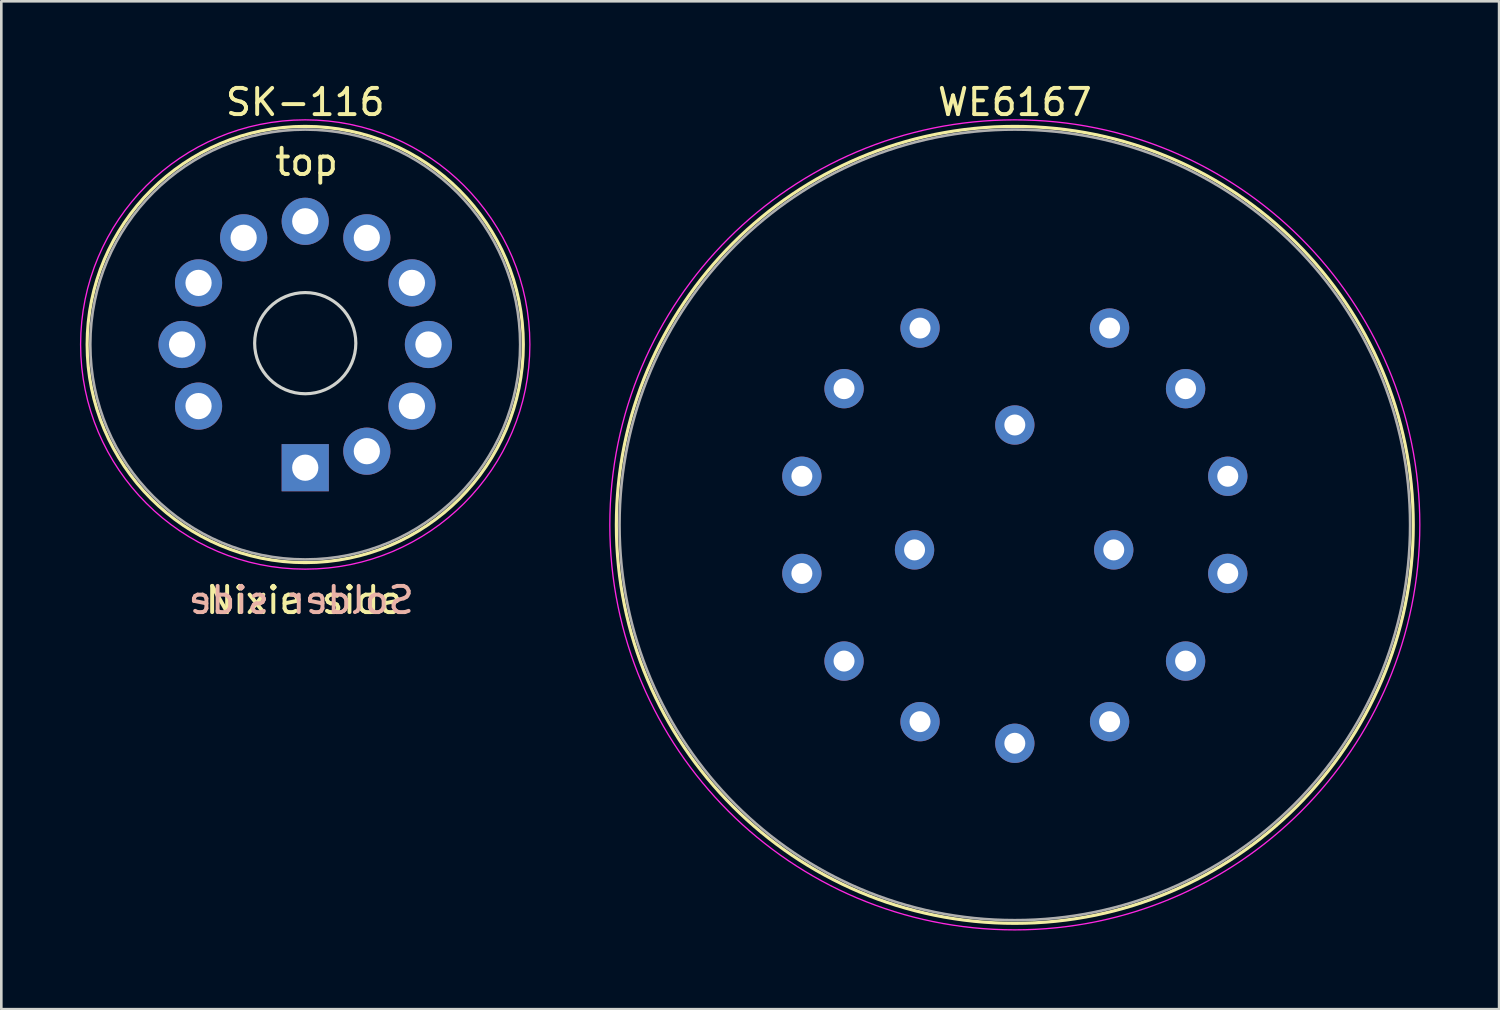
<source format=kicad_pcb>
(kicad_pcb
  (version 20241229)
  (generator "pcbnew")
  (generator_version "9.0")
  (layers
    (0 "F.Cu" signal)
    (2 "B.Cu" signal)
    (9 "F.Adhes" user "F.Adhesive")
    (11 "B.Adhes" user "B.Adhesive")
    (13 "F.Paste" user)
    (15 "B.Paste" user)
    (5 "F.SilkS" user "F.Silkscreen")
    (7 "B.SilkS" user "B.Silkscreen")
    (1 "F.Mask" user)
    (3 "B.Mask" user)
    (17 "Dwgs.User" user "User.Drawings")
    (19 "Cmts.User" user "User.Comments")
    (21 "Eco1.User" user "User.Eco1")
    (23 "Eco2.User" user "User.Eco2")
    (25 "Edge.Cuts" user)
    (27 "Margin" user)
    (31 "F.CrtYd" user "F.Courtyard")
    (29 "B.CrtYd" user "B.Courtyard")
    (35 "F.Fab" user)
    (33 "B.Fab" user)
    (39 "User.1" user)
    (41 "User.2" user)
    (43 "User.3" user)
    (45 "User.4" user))
  (footprint "WE6167"
    (layer "F.Cu")
    (at 35.666 16.974)
    (property "Reference" "WE6167" (at 0 -16.126 0) (layer "F.SilkS") (effects (font (size 1 1) (thickness 0.15))))
    (attr through_hole)
    (fp_circle (center 0 0) (end 0 15.201) (stroke (width 0.12) (type solid)) (fill no) (layer "F.SilkS"))
    (fp_circle (center 0 0) (end 0 15.451) (stroke (width 0.05) (type solid)) (fill no) (layer "F.CrtYd"))
    (fp_circle (center 0 0) (end 0 15.081) (stroke (width 0.1) (type solid)) (fill no) (layer "F.Fab"))
    (pad "1" thru_hole oval (at 3.616 -7.508) (size 1.5 1.5) (drill 0.8) (layers "*.Cu" "*.Mask"))
    (pad "2" thru_hole oval (at 6.515 -5.196) (size 1.5 1.5) (drill 0.8) (layers "*.Cu" "*.Mask"))
    (pad "3" thru_hole oval (at 8.124 -1.854) (size 1.5 1.5) (drill 0.8) (layers "*.Cu" "*.Mask"))
    (pad "4" thru_hole oval (at 8.124 1.854) (size 1.5 1.5) (drill 0.8) (layers "*.Cu" "*.Mask"))
    (pad "5" thru_hole oval (at 6.515 5.196) (size 1.5 1.5) (drill 0.8) (layers "*.Cu" "*.Mask"))
    (pad "6" thru_hole oval (at 3.616 7.508) (size 1.5 1.5) (drill 0.8) (layers "*.Cu" "*.Mask"))
    (pad "7" thru_hole oval (at -0.000002 8.333) (size 1.5 1.5) (drill 0.8) (layers "*.Cu" "*.Mask"))
    (pad "8" thru_hole oval (at -3.616 7.508) (size 1.5 1.5) (drill 0.8) (layers "*.Cu" "*.Mask"))
    (pad "9" thru_hole oval (at -6.515 5.196) (size 1.5 1.5) (drill 0.8) (layers "*.Cu" "*.Mask"))
    (pad "10" thru_hole oval (at -8.124 1.854) (size 1.5 1.5) (drill 0.8) (layers "*.Cu" "*.Mask"))
    (pad "11" thru_hole oval (at -8.124 -1.854) (size 1.5 1.5) (drill 0.8) (layers "*.Cu" "*.Mask"))
    (pad "12" thru_hole oval (at -6.515 -5.196) (size 1.5 1.5) (drill 0.8) (layers "*.Cu" "*.Mask"))
    (pad "13" thru_hole oval (at -3.616 -7.508) (size 1.5 1.5) (drill 0.8) (layers "*.Cu" "*.Mask"))
    (pad "14" thru_hole oval (at 0 -3.81) (size 1.5 1.5) (drill 0.8) (layers "*.Cu" "*.Mask"))
    (pad "16" thru_hole circle (at 3.774 0.955) (size 1.5 1.5) (drill 0.8) (layers "*.Cu" "*.Mask"))
    (pad "19" thru_hole circle (at -3.825 0.955) (size 1.5 1.5) (drill 0.8) (layers "*.Cu" "*.Mask")))
  (footprint "SK-116"
    (layer "F.Cu")
    (at 8.595 10.093)
    (property "Reference" "SK-116" (at 0 -9.245 0) (layer "F.SilkS") (effects (font (size 1 1) (thickness 0.15))))
    (fp_circle (center 0 0) (end 0 8.32) (stroke (width 0.12) (type solid)) (fill no) (layer "F.SilkS"))
    (fp_circle (center 0 -0.051) (end 1.93 -0.051) (stroke (width 0.12) (type solid)) (fill no) (layer "Edge.Cuts"))
    (fp_circle (center 0 0) (end 0 8.57) (stroke (width 0.05) (type solid)) (fill no) (layer "F.CrtYd"))
    (fp_circle (center 0 0) (end 0 8.2) (stroke (width 0.1) (type solid)) (fill no) (layer "F.Fab"))
    (fp_text user "Nixie side" (at -0.051 9.754 0) (unlocked yes) (layer "F.SilkS") (effects (font (size 1 1) (thickness 0.15))))
    (fp_text user "top" (at 0.051 -6.96 0) (unlocked yes) (layer "F.SilkS") (effects (font (size 1 1) (thickness 0.15))))
    (fp_text user "Solder side" (at -0.152 9.754 0) (unlocked yes) (layer "B.SilkS") (effects (font (size 1 1) (thickness 0.15)) (justify mirror)))
    (pad "1" thru_hole rect (at 0 4.7) (size 1.8 1.8) (drill 1) (layers "*.Cu" "*.Mask"))
    (pad "2" thru_hole oval (at 2.35 4.07) (size 1.8 1.8) (drill 1) (layers "*.Cu" "*.Mask"))
    (pad "3" thru_hole oval (at 4.07 2.35) (size 1.8 1.8) (drill 1) (layers "*.Cu" "*.Mask"))
    (pad "4" thru_hole oval (at 4.7 0) (size 1.8 1.8) (drill 1) (layers "*.Cu" "*.Mask"))
    (pad "5" thru_hole oval (at 4.07 -2.35) (size 1.8 1.8) (drill 1) (layers "*.Cu" "*.Mask"))
    (pad "6" thru_hole oval (at 2.35 -4.07) (size 1.8 1.8) (drill 1) (layers "*.Cu" "*.Mask"))
    (pad "7" thru_hole oval (at 0 -4.7) (size 1.8 1.8) (drill 1) (layers "*.Cu" "*.Mask"))
    (pad "8" thru_hole oval (at -2.35 -4.07) (size 1.8 1.8) (drill 1) (layers "*.Cu" "*.Mask"))
    (pad "9" thru_hole oval (at -4.07 -2.35) (size 1.8 1.8) (drill 1) (layers "*.Cu" "*.Mask"))
    (pad "10" thru_hole oval (at -4.7 0) (size 1.8 1.8) (drill 1) (layers "*.Cu" "*.Mask"))
    (pad "11" thru_hole oval (at -4.07 2.35) (size 1.8 1.8) (drill 1) (layers "*.Cu" "*.Mask")))
  (gr_rect
    (start -3 -3)
    (end 54.142 35.451)
    (stroke (width 0.1) (type default))
    (fill no)
    (layer "Edge.Cuts")))
</source>
